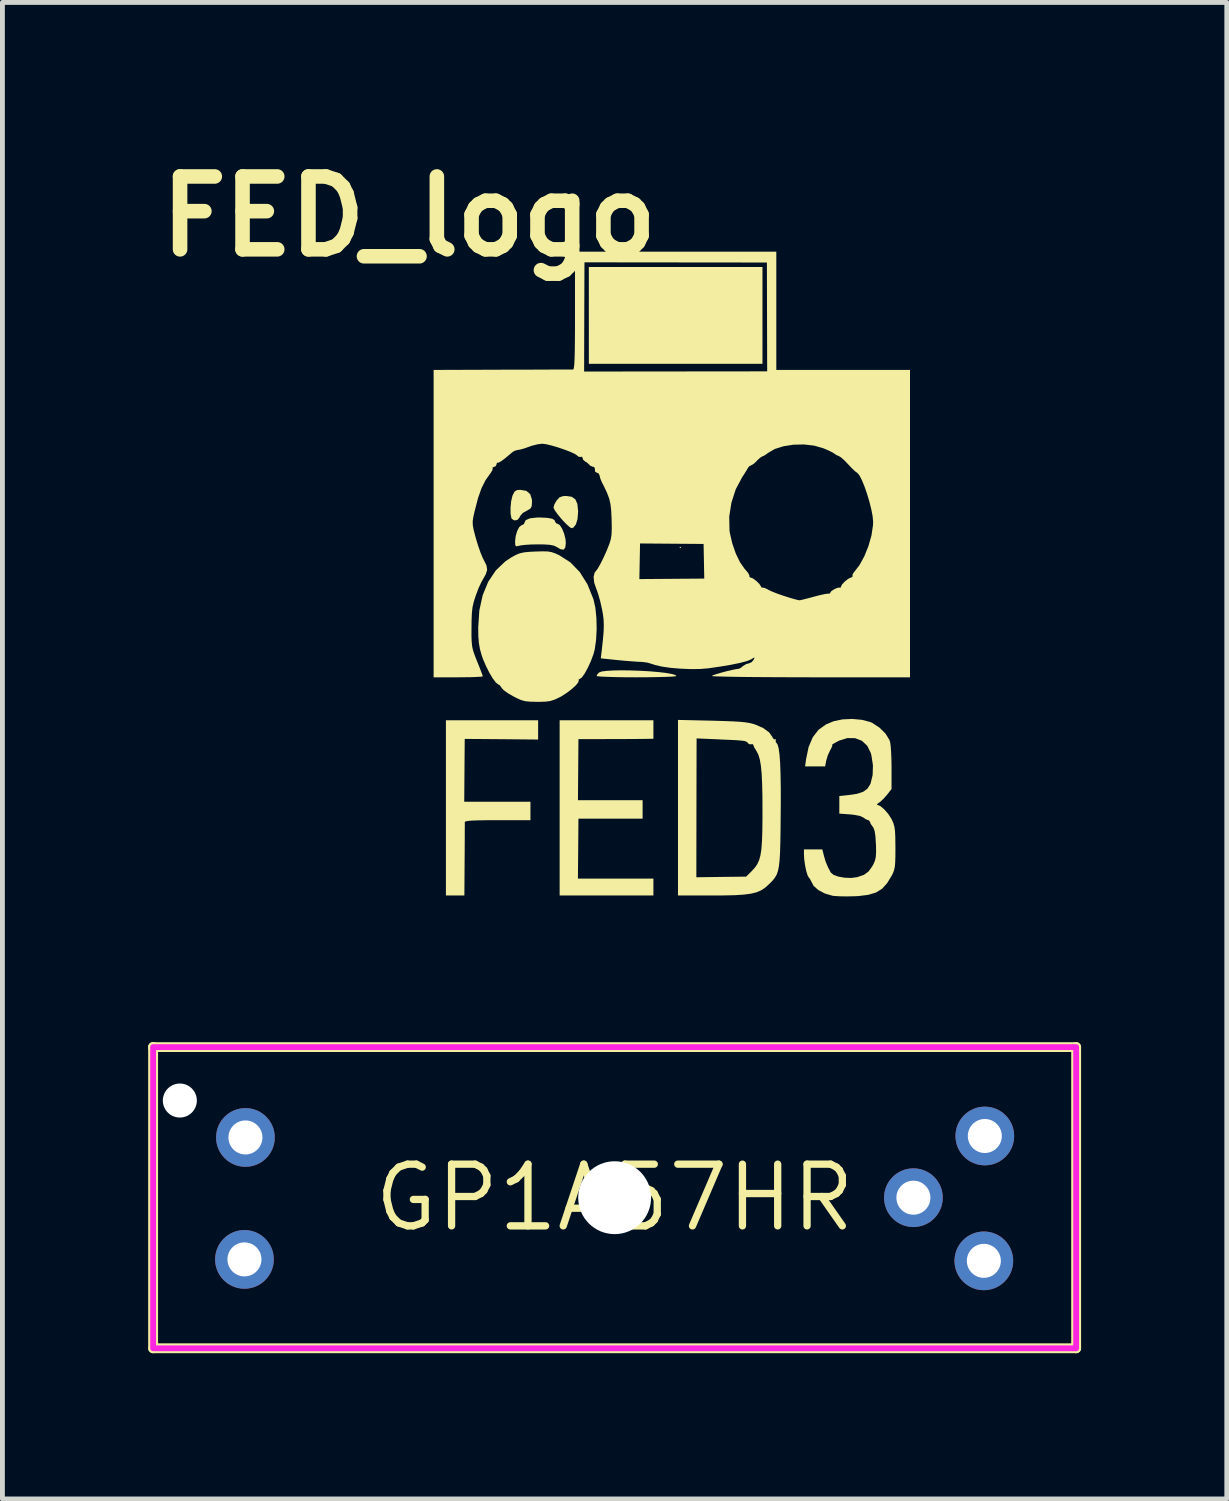
<source format=kicad_pcb>
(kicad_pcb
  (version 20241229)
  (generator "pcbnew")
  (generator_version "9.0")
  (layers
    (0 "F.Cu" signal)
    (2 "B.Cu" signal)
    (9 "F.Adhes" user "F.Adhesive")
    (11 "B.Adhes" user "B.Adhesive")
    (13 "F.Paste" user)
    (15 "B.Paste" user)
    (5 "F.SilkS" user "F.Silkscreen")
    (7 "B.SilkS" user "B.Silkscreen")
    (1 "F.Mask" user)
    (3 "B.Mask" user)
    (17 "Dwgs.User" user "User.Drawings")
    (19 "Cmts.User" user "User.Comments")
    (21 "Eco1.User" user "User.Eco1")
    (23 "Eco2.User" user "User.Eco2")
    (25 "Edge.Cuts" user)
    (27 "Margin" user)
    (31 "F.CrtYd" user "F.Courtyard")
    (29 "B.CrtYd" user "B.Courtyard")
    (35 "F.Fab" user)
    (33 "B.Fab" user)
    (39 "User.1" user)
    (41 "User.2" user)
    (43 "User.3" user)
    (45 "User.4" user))
  (footprint "GP1A57HR"
    (layer "F.Cu")
    (at 9.602 21.604)
    (property "Reference" "GP1A57HR" (at 0 0 0) (layer "F.SilkS") (effects (font (size 1.27 1.27) (thickness 0.15))))
    (fp_line (start -9.5 -3.1) (end -9.5 -3.1) (stroke (width 0.203) (type solid)) (layer "F.SilkS"))
    (fp_line (start -9.5 -3.1) (end 9.5 -3.1) (stroke (width 0.203) (type solid)) (layer "F.SilkS"))
    (fp_line (start -9.5 3.1) (end -9.5 -3.1) (stroke (width 0.203) (type solid)) (layer "F.SilkS"))
    (fp_line (start 9.5 -3.1) (end 9.5 3.1) (stroke (width 0.203) (type solid)) (layer "F.SilkS"))
    (fp_line (start 9.5 3.1) (end -9.5 3.1) (stroke (width 0.203) (type solid)) (layer "F.SilkS"))
    (fp_rect (start -9.5 -3.1) (end 9.5 3.1) (stroke (width 0.12) (type default)) (fill no) (layer "F.CrtYd"))
    (pad "" np_thru_hole circle (at -8.95 -2 180) (size 0.7 0.7) (drill 0.7) (layers "*.Cu" "*.Mask"))
    (pad "" np_thru_hole circle (at 0 0 180) (size 1.5 1.5) (drill 1.5) (layers "*.Cu" "*.Mask"))
    (pad "1" thru_hole circle (at -7.6 -1.24 180) (size 1.208 1.208) (drill 0.7) (layers "*.Cu" "*.Mask"))
    (pad "2" thru_hole circle (at -7.62 1.27 180) (size 1.208 1.208) (drill 0.7) (layers "*.Cu" "*.Mask"))
    (pad "3" thru_hole circle (at 7.6 1.3 180) (size 1.208 1.208) (drill 0.7) (layers "*.Cu" "*.Mask"))
    (pad "4" thru_hole circle (at 6.15 0 180) (size 1.208 1.208) (drill 0.7) (layers "*.Cu" "*.Mask"))
    (pad "5" thru_hole circle (at 7.62 -1.27 180) (size 1.208 1.208) (drill 0.7) (layers "*.Cu" "*.Mask")))
  (footprint "FED_logo"
    (layer "F.Cu")
    (at 10.621 8.804)
    (property "Reference" "FED_logo" (at -5.25 -7.4 0) (layer "F.SilkS") (effects (font (size 1.5 1.5) (thickness 0.3))))
    (attr board_only exclude_from_pos_files exclude_from_bom)
    (fp_poly (pts (xy 0.348 -0.585) (xy 0.332 -0.569) (xy 0.316 -0.585) (xy 0.332 -0.601)) (stroke (width 0) (type solid)) (fill yes) (layer "F.SilkS"))
    (fp_poly (pts (xy 2.024 -5.362) (xy 2.024 -4.365) (xy 0.237 -4.365) (xy -1.55 -4.365) (xy -1.55 -5.362) (xy -1.55 -6.358) (xy 0.237 -6.358) (xy 2.024 -6.358)) (stroke (width 0) (type solid)) (fill yes) (layer "F.SilkS"))
    (fp_poly (pts (xy -2.836 -1.75) (xy -2.757 -1.683) (xy -2.722 -1.572) (xy -2.72 -1.526) (xy -2.726 -1.436) (xy -2.751 -1.386) (xy -2.807 -1.352) (xy -2.807 -1.352) (xy -2.908 -1.296) (xy -2.965 -1.231) (xy -2.982 -1.194) (xy -3.025 -1.149) (xy -3.087 -1.142) (xy -3.137 -1.175) (xy -3.144 -1.189) (xy -3.161 -1.28) (xy -3.162 -1.405) (xy -3.149 -1.535) (xy -3.124 -1.645) (xy -3.117 -1.662) (xy -3.078 -1.736) (xy -3.028 -1.766) (xy -2.96 -1.771)) (stroke (width 0) (type solid)) (fill yes) (layer "F.SilkS"))
    (fp_poly (pts (xy -1.904 -1.629) (xy -1.828 -1.576) (xy -1.786 -1.48) (xy -1.771 -1.332) (xy -1.771 -1.315) (xy -1.783 -1.17) (xy -1.816 -1.06) (xy -1.866 -0.995) (xy -1.908 -0.981) (xy -1.945 -1.004) (xy -2.011 -1.063) (xy -2.092 -1.147) (xy -2.111 -1.169) (xy -2.19 -1.264) (xy -2.249 -1.346) (xy -2.277 -1.402) (xy -2.277 -1.408) (xy -2.26 -1.469) (xy -2.217 -1.546) (xy -2.212 -1.553) (xy -2.154 -1.616) (xy -2.083 -1.641) (xy -2.018 -1.645)) (stroke (width 0) (type solid)) (fill yes) (layer "F.SilkS"))
    (fp_poly (pts (xy -0.68 1.947) (xy -0.486 1.954) (xy -0.295 1.965) (xy -0.117 1.98) (xy 0.036 1.998) (xy 0.156 2.019) (xy 0.231 2.042) (xy 0.253 2.062) (xy 0.223 2.069) (xy 0.138 2.075) (xy 0.006 2.08) (xy -0.164 2.084) (xy -0.365 2.087) (xy -0.569 2.088) (xy -0.79 2.087) (xy -0.988 2.084) (xy -1.156 2.079) (xy -1.284 2.074) (xy -1.366 2.067) (xy -1.392 2.06) (xy -1.37 2.019) (xy -1.339 1.989) (xy -1.283 1.968) (xy -1.179 1.955) (xy -1.037 1.947) (xy -0.867 1.944)) (stroke (width 0) (type solid)) (fill yes) (layer "F.SilkS"))
    (fp_poly (pts (xy -0.221 3.163) (xy -0.221 3.353) (xy -0.419 3.356) (xy -0.517 3.357) (xy -0.663 3.358) (xy -0.842 3.359) (xy -1.039 3.359) (xy -1.191 3.36) (xy -1.764 3.361) (xy -1.769 3.989) (xy -1.774 4.618) (xy -1.109 4.618) (xy -0.443 4.618) (xy -0.443 4.808) (xy -0.443 4.998) (xy -1.103 4.998) (xy -1.764 4.998) (xy -1.769 5.615) (xy -1.775 6.231) (xy -0.998 6.231) (xy -0.221 6.231) (xy -0.221 6.405) (xy -0.221 6.579) (xy -1.186 6.579) (xy -2.151 6.579) (xy -2.151 4.776) (xy -2.151 2.973) (xy -1.186 2.973) (xy -0.221 2.973)) (stroke (width 0) (type solid)) (fill yes) (layer "F.SilkS"))
    (fp_poly (pts (xy -2.594 3.171) (xy -2.594 3.369) (xy -3.349 3.362) (xy -4.105 3.356) (xy -4.11 4.003) (xy -4.115 4.65) (xy -3.434 4.65) (xy -2.752 4.65) (xy -2.752 4.84) (xy -2.752 5.029) (xy -3.428 5.029) (xy -3.663 5.03) (xy -3.841 5.033) (xy -3.968 5.038) (xy -4.049 5.046) (xy -4.093 5.057) (xy -4.104 5.069) (xy -4.103 5.111) (xy -4.104 5.206) (xy -4.104 5.346) (xy -4.105 5.521) (xy -4.106 5.722) (xy -4.107 5.844) (xy -4.112 6.579) (xy -4.302 6.579) (xy -4.492 6.579) (xy -4.492 4.776) (xy -4.492 2.973) (xy -3.543 2.973) (xy -2.594 2.973)) (stroke (width 0) (type solid)) (fill yes) (layer "F.SilkS"))
    (fp_poly (pts (xy -2.409 -1.195) (xy -2.304 -1.176) (xy -2.253 -1.143) (xy -2.246 -1.119) (xy -2.22 -1.08) (xy -2.199 -1.075) (xy -2.15 -1.047) (xy -2.101 -0.973) (xy -2.059 -0.871) (xy -2.031 -0.759) (xy -2.024 -0.681) (xy -2.035 -0.582) (xy -2.071 -0.539) (xy -2.137 -0.55) (xy -2.212 -0.595) (xy -2.268 -0.622) (xy -2.35 -0.639) (xy -2.471 -0.647) (xy -2.592 -0.648) (xy -2.734 -0.646) (xy -2.862 -0.638) (xy -2.955 -0.627) (xy -2.981 -0.621) (xy -3.039 -0.608) (xy -3.063 -0.626) (xy -3.068 -0.69) (xy -3.068 -0.709) (xy -3.056 -0.819) (xy -3.025 -0.923) (xy -2.983 -1.004) (xy -2.937 -1.043) (xy -2.928 -1.044) (xy -2.885 -1.068) (xy -2.878 -1.09) (xy -2.849 -1.148) (xy -2.761 -1.185) (xy -2.618 -1.201) (xy -2.572 -1.202)) (stroke (width 0) (type solid)) (fill yes) (layer "F.SilkS"))
    (fp_poly (pts (xy -2.398 -0.503) (xy -2.318 -0.489) (xy -2.241 -0.463) (xy -2.159 -0.425) (xy -1.93 -0.278) (xy -1.737 -0.079) (xy -1.579 0.173) (xy -1.457 0.476) (xy -1.454 0.484) (xy -1.415 0.659) (xy -1.394 0.871) (xy -1.389 1.099) (xy -1.401 1.321) (xy -1.429 1.516) (xy -1.456 1.616) (xy -1.51 1.76) (xy -1.572 1.894) (xy -1.634 2.007) (xy -1.689 2.086) (xy -1.731 2.119) (xy -1.734 2.119) (xy -1.761 2.135) (xy -1.757 2.148) (xy -1.766 2.189) (xy -1.817 2.253) (xy -1.9 2.329) (xy -2.002 2.407) (xy -2.112 2.478) (xy -2.155 2.501) (xy -2.256 2.548) (xy -2.343 2.576) (xy -2.441 2.589) (xy -2.574 2.593) (xy -2.617 2.593) (xy -2.757 2.59) (xy -2.858 2.58) (xy -2.945 2.556) (xy -3.04 2.514) (xy -3.112 2.476) (xy -3.218 2.414) (xy -3.3 2.355) (xy -3.342 2.311) (xy -3.345 2.305) (xy -3.384 2.251) (xy -3.411 2.237) (xy -3.461 2.199) (xy -3.526 2.114) (xy -3.597 1.995) (xy -3.667 1.857) (xy -3.729 1.712) (xy -3.756 1.635) (xy -3.791 1.509) (xy -3.813 1.384) (xy -3.825 1.238) (xy -3.827 1.063) (xy -3.804 0.712) (xy -3.735 0.397) (xy -3.621 0.121) (xy -3.465 -0.112) (xy -3.266 -0.301) (xy -3.138 -0.385) (xy -3.046 -0.434) (xy -2.966 -0.466) (xy -2.876 -0.485) (xy -2.758 -0.496) (xy -2.649 -0.501) (xy -2.502 -0.505)) (stroke (width 0) (type solid)) (fill yes) (layer "F.SilkS"))
    (fp_poly (pts (xy 0.988 2.981) (xy 1.23 2.988) (xy 1.418 2.995) (xy 1.563 3.004) (xy 1.674 3.015) (xy 1.762 3.029) (xy 1.837 3.048) (xy 1.876 3.061) (xy 2.042 3.134) (xy 2.162 3.222) (xy 2.229 3.318) (xy 2.232 3.327) (xy 2.261 3.366) (xy 2.285 3.364) (xy 2.304 3.363) (xy 2.298 3.377) (xy 2.296 3.42) (xy 2.306 3.43) (xy 2.334 3.469) (xy 2.357 3.551) (xy 2.375 3.678) (xy 2.388 3.854) (xy 2.396 4.081) (xy 2.401 4.364) (xy 2.401 4.705) (xy 2.399 4.934) (xy 2.396 5.24) (xy 2.392 5.49) (xy 2.386 5.691) (xy 2.377 5.849) (xy 2.363 5.973) (xy 2.344 6.07) (xy 2.318 6.146) (xy 2.283 6.208) (xy 2.24 6.264) (xy 2.185 6.321) (xy 2.147 6.358) (xy 2.073 6.423) (xy 1.993 6.475) (xy 1.9 6.514) (xy 1.786 6.542) (xy 1.642 6.561) (xy 1.458 6.573) (xy 1.228 6.578) (xy 0.986 6.579) (xy 0.285 6.579) (xy 0.285 6.204) (xy 0.663 6.204) (xy 1.175 6.197) (xy 1.688 6.191) (xy 1.806 6.074) (xy 1.867 6.007) (xy 1.916 5.937) (xy 1.954 5.855) (xy 1.982 5.754) (xy 2.002 5.626) (xy 2.014 5.462) (xy 2.021 5.256) (xy 2.024 4.998) (xy 2.024 4.84) (xy 2.023 4.527) (xy 2.017 4.272) (xy 2.007 4.066) (xy 1.991 3.904) (xy 1.969 3.779) (xy 1.941 3.684) (xy 1.905 3.613) (xy 1.896 3.599) (xy 1.854 3.53) (xy 1.835 3.481) (xy 1.835 3.479) (xy 1.815 3.46) (xy 1.798 3.467) (xy 1.751 3.465) (xy 1.727 3.445) (xy 1.71 3.425) (xy 1.687 3.41) (xy 1.65 3.399) (xy 1.588 3.391) (xy 1.494 3.383) (xy 1.357 3.376) (xy 1.167 3.368) (xy 1.117 3.365) (xy 0.668 3.346) (xy 0.665 4.775) (xy 0.663 6.204) (xy 0.285 6.204) (xy 0.285 4.772) (xy 0.285 2.965)) (stroke (width 0) (type solid)) (fill yes) (layer "F.SilkS"))
    (fp_poly (pts (xy 4.068 2.963) (xy 4.236 3.006) (xy 4.288 3.029) (xy 4.436 3.127) (xy 4.558 3.248) (xy 4.636 3.376) (xy 4.65 3.415) (xy 4.662 3.488) (xy 4.671 3.609) (xy 4.678 3.762) (xy 4.681 3.93) (xy 4.681 3.957) (xy 4.681 4.388) (xy 4.584 4.511) (xy 4.512 4.592) (xy 4.442 4.656) (xy 4.418 4.672) (xy 4.38 4.701) (xy 4.386 4.712) (xy 4.451 4.739) (xy 4.531 4.806) (xy 4.612 4.899) (xy 4.679 5.002) (xy 4.691 5.026) (xy 4.72 5.094) (xy 4.74 5.164) (xy 4.752 5.25) (xy 4.758 5.367) (xy 4.76 5.528) (xy 4.761 5.599) (xy 4.76 5.776) (xy 4.756 5.903) (xy 4.747 5.995) (xy 4.731 6.065) (xy 4.707 6.127) (xy 4.686 6.168) (xy 4.59 6.326) (xy 4.486 6.441) (xy 4.361 6.518) (xy 4.203 6.566) (xy 4.001 6.591) (xy 3.912 6.595) (xy 3.76 6.598) (xy 3.617 6.596) (xy 3.504 6.589) (xy 3.464 6.584) (xy 3.308 6.538) (xy 3.175 6.468) (xy 3.078 6.383) (xy 3.031 6.295) (xy 2.998 6.232) (xy 2.982 6.216) (xy 2.953 6.165) (xy 2.924 6.071) (xy 2.9 5.952) (xy 2.883 5.828) (xy 2.878 5.737) (xy 2.878 5.63) (xy 3.067 5.63) (xy 3.256 5.63) (xy 3.29 5.765) (xy 3.324 5.881) (xy 3.37 5.991) (xy 3.43 6.107) (xy 3.487 6.155) (xy 3.588 6.191) (xy 3.715 6.213) (xy 3.849 6.218) (xy 3.973 6.202) (xy 3.976 6.201) (xy 4.112 6.155) (xy 4.207 6.086) (xy 4.285 5.977) (xy 4.309 5.933) (xy 4.34 5.861) (xy 4.357 5.785) (xy 4.363 5.686) (xy 4.361 5.545) (xy 4.359 5.516) (xy 4.349 5.358) (xy 4.333 5.252) (xy 4.308 5.185) (xy 4.293 5.163) (xy 4.251 5.104) (xy 4.239 5.066) (xy 4.214 5.032) (xy 4.202 5.029) (xy 4.151 5.01) (xy 4.107 4.978) (xy 4.033 4.942) (xy 3.905 4.918) (xy 3.828 4.91) (xy 3.606 4.894) (xy 3.606 4.713) (xy 3.606 4.532) (xy 3.796 4.512) (xy 3.972 4.486) (xy 4.098 4.444) (xy 4.184 4.382) (xy 4.241 4.292) (xy 4.25 4.273) (xy 4.292 4.1) (xy 4.298 3.898) (xy 4.266 3.692) (xy 4.254 3.646) (xy 4.181 3.498) (xy 4.071 3.395) (xy 3.931 3.341) (xy 3.771 3.339) (xy 3.601 3.392) (xy 3.59 3.398) (xy 3.509 3.441) (xy 3.463 3.47) (xy 3.458 3.478) (xy 3.461 3.502) (xy 3.434 3.561) (xy 3.421 3.582) (xy 3.371 3.688) (xy 3.337 3.801) (xy 3.336 3.804) (xy 3.314 3.922) (xy 3.108 3.922) (xy 2.901 3.922) (xy 2.922 3.774) (xy 2.974 3.522) (xy 3.059 3.322) (xy 3.178 3.168) (xy 3.336 3.055) (xy 3.49 2.992) (xy 3.672 2.954) (xy 3.872 2.945)) (stroke (width 0) (type solid)) (fill yes) (layer "F.SilkS"))
    (fp_poly (pts (xy 2.309 -5.456) (xy 2.309 -4.239) (xy 3.685 -4.239) (xy 5.061 -4.239) (xy 5.061 -1.075) (xy 5.061 2.088) (xy 3.021 2.088) (xy 2.668 2.087) (xy 2.334 2.086) (xy 2.026 2.084) (xy 1.746 2.082) (xy 1.503 2.079) (xy 1.299 2.075) (xy 1.141 2.071) (xy 1.035 2.067) (xy 0.984 2.063) (xy 0.981 2.061) (xy 1.009 2.045) (xy 1.082 2.02) (xy 1.184 1.99) (xy 1.297 1.96) (xy 1.406 1.935) (xy 1.493 1.918) (xy 1.534 1.914) (xy 1.579 1.893) (xy 1.621 1.858) (xy 1.689 1.815) (xy 1.739 1.803) (xy 1.8 1.777) (xy 1.838 1.733) (xy 1.861 1.686) (xy 1.85 1.682) (xy 1.795 1.716) (xy 1.712 1.752) (xy 1.569 1.79) (xy 1.372 1.831) (xy 1.124 1.872) (xy 0.908 1.903) (xy 0.739 1.917) (xy 0.541 1.919) (xy 0.333 1.91) (xy 0.131 1.893) (xy -0.049 1.867) (xy -0.189 1.834) (xy -0.232 1.819) (xy -0.343 1.786) (xy -0.457 1.771) (xy -0.464 1.771) (xy -0.543 1.768) (xy -0.667 1.759) (xy -0.817 1.747) (xy -0.943 1.735) (xy -1.304 1.698) (xy -1.283 1.521) (xy -1.26 1.312) (xy -1.246 1.15) (xy -1.242 1.021) (xy -1.246 0.91) (xy -1.258 0.801) (xy -1.28 0.68) (xy -1.281 0.677) (xy -1.313 0.534) (xy -1.351 0.397) (xy -1.386 0.292) (xy -1.394 0.273) (xy -1.44 0.139) (xy -1.447 0.066) (xy -0.51 0.066) (xy 0.158 0.061) (xy 0.826 0.056) (xy 0.819 -0.301) (xy 0.812 -0.657) (xy 0.158 -0.662) (xy -0.496 -0.667) (xy -0.503 -0.3) (xy -0.51 0.066) (xy -1.447 0.066) (xy -1.452 0.02) (xy -1.43 -0.068) (xy -1.409 -0.094) (xy -1.369 -0.146) (xy -1.314 -0.242) (xy -1.251 -0.368) (xy -1.187 -0.509) (xy -1.13 -0.652) (xy -1.123 -0.67) (xy -1.098 -0.755) (xy -1.083 -0.852) (xy -1.078 -0.976) (xy -1.081 -1.144) (xy -1.082 -1.176) (xy -1.084 -1.22) (xy 1.34 -1.22) (xy 1.345 -0.941) (xy 1.354 -0.877) (xy 1.404 -0.664) (xy 1.475 -0.46) (xy 1.561 -0.282) (xy 1.654 -0.148) (xy 1.669 -0.132) (xy 1.726 -0.064) (xy 1.754 -0.012) (xy 1.754 0.003) (xy 1.761 0.029) (xy 1.777 0.033) (xy 1.83 0.054) (xy 1.897 0.104) (xy 1.958 0.163) (xy 1.991 0.214) (xy 1.993 0.222) (xy 2.01 0.244) (xy 2.019 0.241) (xy 2.06 0.246) (xy 2.13 0.277) (xy 2.153 0.291) (xy 2.224 0.324) (xy 2.336 0.368) (xy 2.469 0.414) (xy 2.605 0.457) (xy 2.723 0.49) (xy 2.784 0.503) (xy 2.819 0.497) (xy 2.901 0.477) (xy 3.016 0.447) (xy 3.082 0.429) (xy 3.208 0.396) (xy 3.311 0.374) (xy 3.376 0.365) (xy 3.39 0.367) (xy 3.415 0.36) (xy 3.416 0.351) (xy 3.441 0.315) (xy 3.499 0.276) (xy 3.564 0.247) (xy 3.612 0.24) (xy 3.618 0.244) (xy 3.636 0.239) (xy 3.638 0.225) (xy 3.661 0.178) (xy 3.718 0.117) (xy 3.786 0.063) (xy 3.844 0.034) (xy 3.853 0.033) (xy 3.88 0.015) (xy 3.876 0.003) (xy 3.882 -0.039) (xy 3.911 -0.079) (xy 4.02 -0.219) (xy 4.121 -0.404) (xy 4.206 -0.615) (xy 4.268 -0.833) (xy 4.299 -1.04) (xy 4.302 -1.11) (xy 4.292 -1.225) (xy 4.265 -1.368) (xy 4.225 -1.527) (xy 4.176 -1.69) (xy 4.123 -1.843) (xy 4.069 -1.974) (xy 4.018 -2.071) (xy 3.975 -2.122) (xy 3.967 -2.126) (xy 3.93 -2.153) (xy 3.866 -2.214) (xy 3.791 -2.293) (xy 3.712 -2.376) (xy 3.644 -2.436) (xy 3.604 -2.462) (xy 3.541 -2.49) (xy 3.511 -2.512) (xy 3.458 -2.545) (xy 3.366 -2.589) (xy 3.274 -2.628) (xy 3.087 -2.681) (xy 2.878 -2.705) (xy 2.662 -2.7) (xy 2.456 -2.668) (xy 2.276 -2.611) (xy 2.137 -2.53) (xy 2.123 -2.518) (xy 2.061 -2.476) (xy 2.026 -2.462) (xy 1.976 -2.432) (xy 1.913 -2.374) (xy 1.905 -2.364) (xy 1.845 -2.307) (xy 1.797 -2.278) (xy 1.792 -2.277) (xy 1.748 -2.253) (xy 1.724 -2.219) (xy 1.688 -2.158) (xy 1.633 -2.071) (xy 1.605 -2.029) (xy 1.474 -1.783) (xy 1.385 -1.507) (xy 1.34 -1.22) (xy -1.084 -1.22) (xy -1.09 -1.346) (xy -1.105 -1.478) (xy -1.131 -1.591) (xy -1.175 -1.708) (xy -1.241 -1.848) (xy -1.285 -1.934) (xy -1.317 -2.012) (xy -1.329 -2.069) (xy -1.353 -2.113) (xy -1.376 -2.119) (xy -1.421 -2.145) (xy -1.428 -2.217) (xy -1.427 -2.222) (xy -1.449 -2.243) (xy -1.469 -2.246) (xy -1.525 -2.27) (xy -1.54 -2.288) (xy -1.591 -2.335) (xy -1.621 -2.35) (xy -1.668 -2.391) (xy -1.676 -2.421) (xy -1.693 -2.454) (xy -1.713 -2.448) (xy -1.759 -2.451) (xy -1.784 -2.473) (xy -1.832 -2.507) (xy -1.926 -2.551) (xy -2.049 -2.598) (xy -2.186 -2.645) (xy -2.32 -2.684) (xy -2.435 -2.711) (xy -2.511 -2.72) (xy -2.607 -2.708) (xy -2.725 -2.678) (xy -2.784 -2.657) (xy -2.886 -2.621) (xy -2.972 -2.598) (xy -3.006 -2.594) (xy -3.08 -2.574) (xy -3.124 -2.546) (xy -3.261 -2.43) (xy -3.356 -2.359) (xy -3.412 -2.329) (xy -3.427 -2.331) (xy -3.445 -2.324) (xy -3.448 -2.299) (xy -3.472 -2.253) (xy -3.497 -2.246) (xy -3.531 -2.232) (xy -3.529 -2.217) (xy -3.535 -2.176) (xy -3.574 -2.113) (xy -3.586 -2.098) (xy -3.679 -1.965) (xy -3.76 -1.803) (xy -3.831 -1.601) (xy -3.897 -1.347) (xy -3.907 -1.306) (xy -3.93 -1.201) (xy -3.941 -1.121) (xy -3.939 -1.047) (xy -3.924 -0.959) (xy -3.893 -0.839) (xy -3.874 -0.769) (xy -3.829 -0.62) (xy -3.78 -0.48) (xy -3.734 -0.368) (xy -3.714 -0.33) (xy -3.657 -0.216) (xy -3.643 -0.124) (xy -3.671 -0.033) (xy -3.708 0.032) (xy -3.766 0.136) (xy -3.816 0.243) (xy -3.82 0.253) (xy -3.879 0.409) (xy -3.919 0.534) (xy -3.945 0.648) (xy -3.958 0.772) (xy -3.964 0.925) (xy -3.965 1.06) (xy -3.966 1.23) (xy -3.962 1.354) (xy -3.952 1.451) (xy -3.933 1.537) (xy -3.901 1.63) (xy -3.855 1.748) (xy -3.85 1.759) (xy -3.8 1.884) (xy -3.761 1.986) (xy -3.737 2.051) (xy -3.733 2.068) (xy -3.762 2.075) (xy -3.845 2.08) (xy -3.97 2.085) (xy -4.126 2.087) (xy -4.239 2.088) (xy -4.745 2.088) (xy -4.745 -1.075) (xy -4.745 -4.206) (xy -1.647 -4.206) (xy 0.237 -4.208) (xy 2.121 -4.21) (xy 2.118 -5.33) (xy 2.115 -6.45) (xy 0.237 -6.452) (xy -1.64 -6.454) (xy -1.644 -5.33) (xy -1.647 -4.206) (xy -4.745 -4.206) (xy -4.745 -4.239) (xy -3.329 -4.244) (xy -3.035 -4.245) (xy -2.76 -4.245) (xy -2.51 -4.246) (xy -2.292 -4.247) (xy -2.114 -4.247) (xy -1.98 -4.247) (xy -1.898 -4.247) (xy -1.874 -4.247) (xy -1.864 -4.26) (xy -1.855 -4.301) (xy -1.848 -4.377) (xy -1.843 -4.491) (xy -1.839 -4.649) (xy -1.837 -4.855) (xy -1.835 -5.114) (xy -1.835 -5.432) (xy -1.835 -5.46) (xy -1.835 -6.674) (xy 0.237 -6.674) (xy 2.309 -6.674)) (stroke (width 0) (type solid)) (fill yes) (layer "F.SilkS")))
  (gr_rect
    (start -3 -3)
    (end 22.203 27.805)
    (stroke (width 0.1) (type default))
    (fill no)
    (layer "Edge.Cuts")))
</source>
